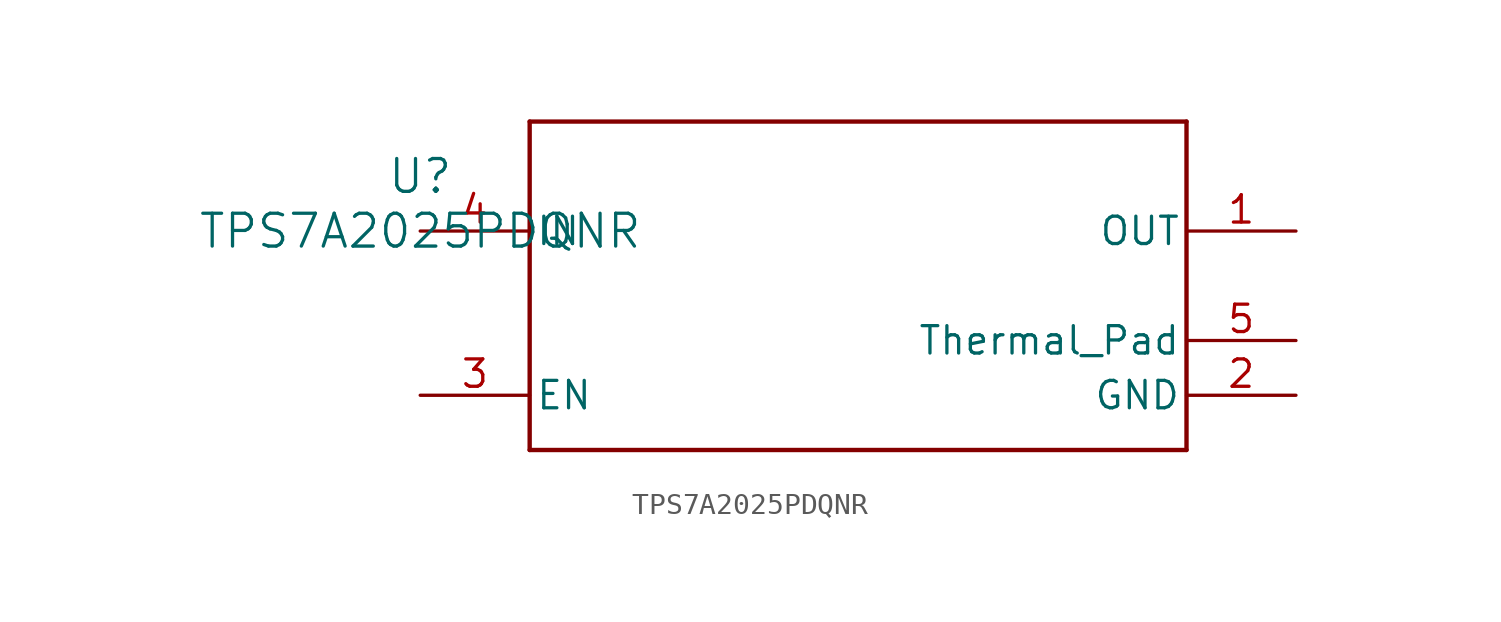
<source format=kicad_sym>
(kicad_symbol_lib
  (version 20211014)
  (generator kicad_symbol_editor)
  (symbol "TPS7A2025PDQNR"
    (pin_names
      (offset 0.254))
    (property "Reference" "U"
      (at 0 2.54 0)
      (effects (font (size 1.524 1.524))))
    (property "Value" "TPS7A2025PDQNR"
      (at 0 0 0)
      (effects (font (size 1.524 1.524))))
    (symbol "TPS7A2025PDQNR_0_1"
      (polyline (pts (xy 5.08 -10.16) (xy 35.56 -10.16)) (stroke (width 0.203) (type default) (color 0 0 0 0)) (fill (type none)))
      (polyline (pts (xy 35.56 -10.16) (xy 35.56 5.08)) (stroke (width 0.203) (type default) (color 0 0 0 0)) (fill (type none)))
      (polyline (pts (xy 35.56 5.08) (xy 5.08 5.08)) (stroke (width 0.203) (type default) (color 0 0 0 0)) (fill (type none)))
      (polyline (pts (xy 5.08 5.08) (xy 5.08 -10.16)) (stroke (width 0.203) (type default) (color 0 0 0 0)) (fill (type none)))
      (pin unspecified line (at 40.64 0 180) (length 5.08) (name "OUT" (effects (font (size 1.27 1.27)))) (number "1" (effects (font (size 1.27 1.27)))))
      (pin power_in line (at 40.64 -7.62 180) (length 5.08) (name "GND" (effects (font (size 1.27 1.27)))) (number "2" (effects (font (size 1.27 1.27)))))
      (pin input line (at 0 -7.62 0) (length 5.08) (name "EN" (effects (font (size 1.27 1.27)))) (number "3" (effects (font (size 1.27 1.27)))))
      (pin power_in line (at 0 0 0) (length 5.08) (name "IN" (effects (font (size 1.27 1.27)))) (number "4" (effects (font (size 1.27 1.27)))))
      (pin unspecified line (at 40.64 -5.08 180) (length 5.08) (name "Thermal_Pad" (effects (font (size 1.27 1.27)))) (number "5" (effects (font (size 1.27 1.27))))))))
</source>
